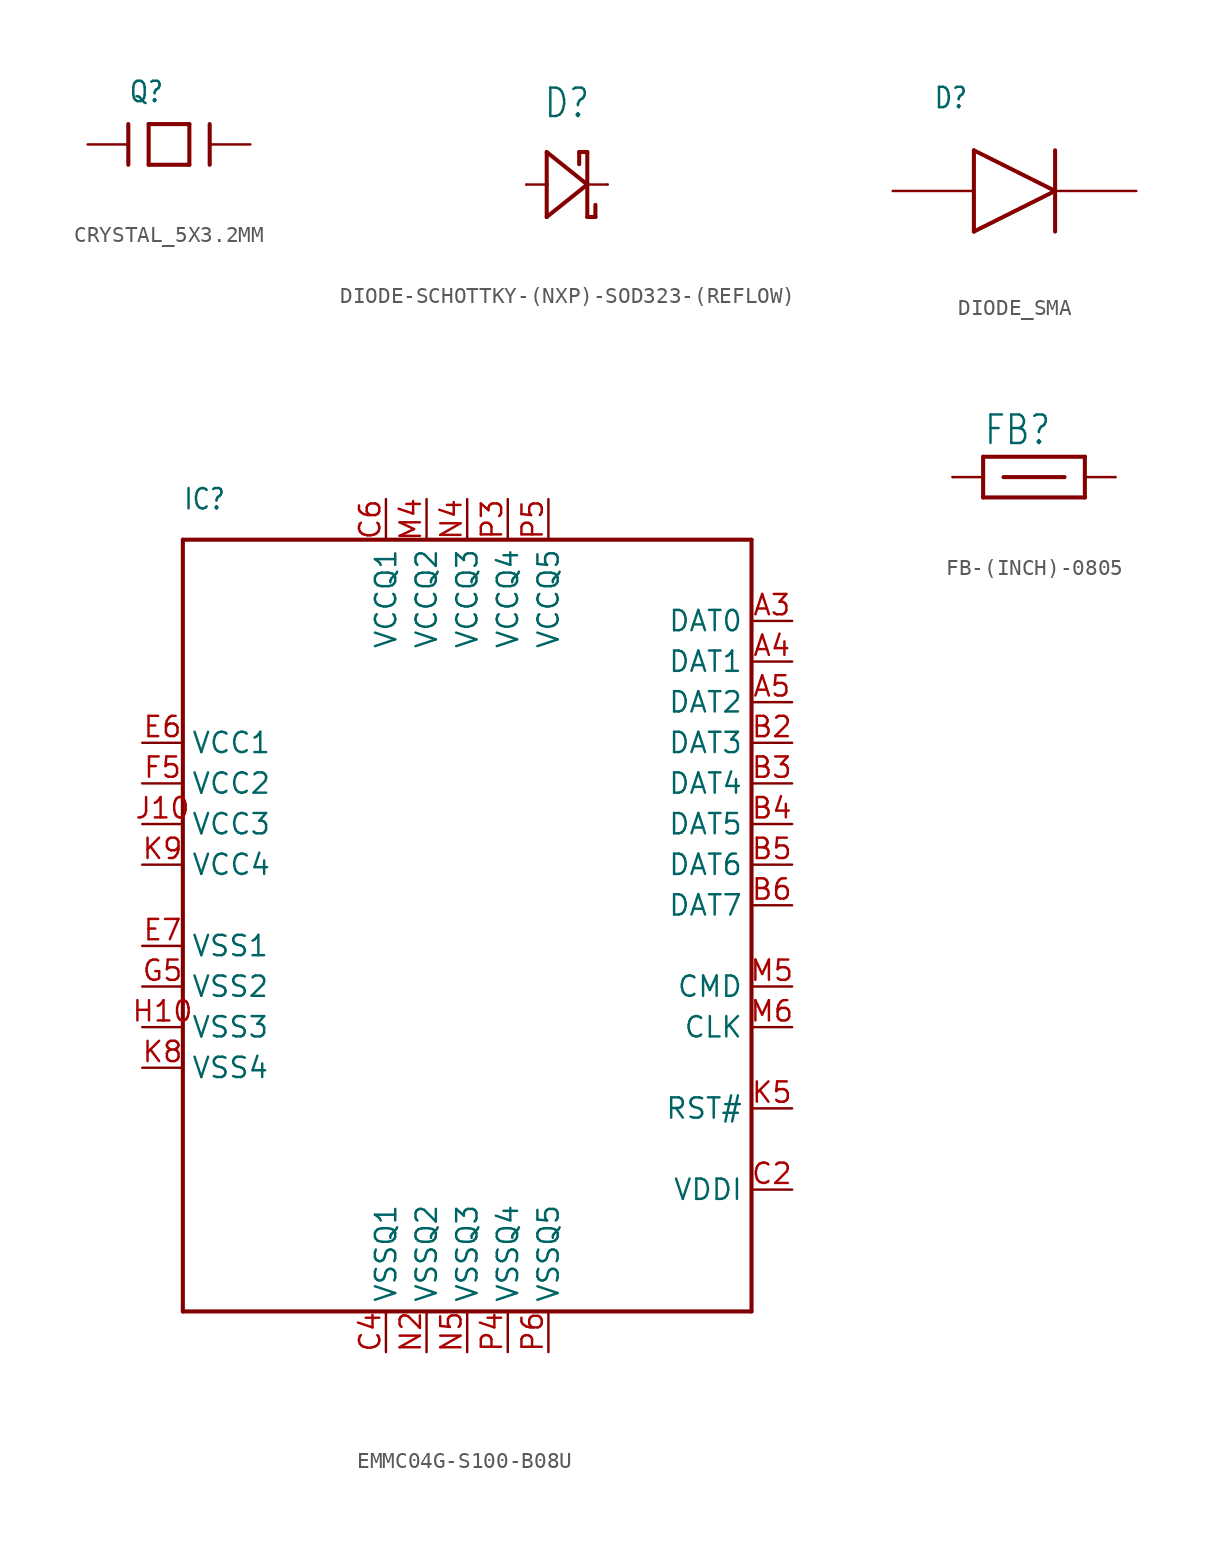
<source format=kicad_sym>
(kicad_symbol_lib
  (version 20231120)
  (generator "kicad_symbol_editor")
  (generator_version "8.0")
  (symbol "CRYSTAL_5X3.2MM"
    (property "Reference" "Q"
      (at -2.54 2.54 0)
      (effects (font (size 1.27 1.079)) (justify left bottom)))
    (property "Value" ""
      (at -2.54 -3.81 0)
      (effects (font (size 1.27 1.079)) (justify left bottom)))
    (property "ki_locked" ""
      (at 0 0 0)
      (effects (font (size 1.27 1.27))))
    (symbol "CRYSTAL_5X3.2MM_1_0"
      (polyline (pts (xy -2.54 1.27) (xy -2.54 -1.27)) (stroke (width 0.254) (type solid)) (fill (type none)))
      (polyline (pts (xy -1.27 -1.27) (xy 1.27 -1.27)) (stroke (width 0.254) (type solid)) (fill (type none)))
      (polyline (pts (xy -1.27 1.27) (xy -1.27 -1.27)) (stroke (width 0.254) (type solid)) (fill (type none)))
      (polyline (pts (xy 1.27 -1.27) (xy 1.27 1.27)) (stroke (width 0.254) (type solid)) (fill (type none)))
      (polyline (pts (xy 1.27 1.27) (xy -1.27 1.27)) (stroke (width 0.254) (type solid)) (fill (type none)))
      (polyline (pts (xy 2.54 1.27) (xy 2.54 -1.27)) (stroke (width 0.254) (type solid)) (fill (type none)))
      (pin passive line (at -5.08 0 0) (length 2.54) (name "P$1" (effects (font (size 0 0)))) (number "1" (effects (font (size 0 0)))))
      (pin passive line (at 5.08 0 180) (length 2.54) (name "P$2" (effects (font (size 0 0)))) (number "2" (effects (font (size 0 0)))))))
  (symbol "DIODE-SCHOTTKY-(NXP)-SOD323-(REFLOW)"
    (property "Reference" "D"
      (at 0 4.064 0)
      (effects (font (size 1.778 1.511)) (justify bottom)))
    (property "Value" ""
      (at 0 -4.318 0)
      (effects (font (size 1.778 1.511)) (justify top)))
    (property "ki_locked" ""
      (at 0 0 0)
      (effects (font (size 1.27 1.27))))
    (symbol "DIODE-SCHOTTKY-(NXP)-SOD323-(REFLOW)_1_0"
      (polyline (pts (xy -1.27 -2.032) (xy 1.27 0)) (stroke (width 0.254) (type solid)) (fill (type none)))
      (polyline (pts (xy -1.27 0) (xy -2.54 0)) (stroke (width 0.152) (type solid)) (fill (type none)))
      (polyline (pts (xy -1.27 0) (xy -1.27 -2.032)) (stroke (width 0.254) (type solid)) (fill (type none)))
      (polyline (pts (xy -1.27 2.032) (xy -1.27 0)) (stroke (width 0.254) (type solid)) (fill (type none)))
      (polyline (pts (xy 0.762 2.032) (xy 0.762 1.27)) (stroke (width 0.254) (type solid)) (fill (type none)))
      (polyline (pts (xy 1.27 -2.032) (xy 1.778 -2.032)) (stroke (width 0.254) (type solid)) (fill (type none)))
      (polyline (pts (xy 1.27 0) (xy -1.27 2.032)) (stroke (width 0.254) (type solid)) (fill (type none)))
      (polyline (pts (xy 1.27 0) (xy 1.27 -2.032)) (stroke (width 0.254) (type solid)) (fill (type none)))
      (polyline (pts (xy 1.27 0) (xy 1.27 2.032)) (stroke (width 0.254) (type solid)) (fill (type none)))
      (polyline (pts (xy 1.27 2.032) (xy 0.762 2.032)) (stroke (width 0.254) (type solid)) (fill (type none)))
      (polyline (pts (xy 1.778 -2.032) (xy 1.778 -1.27)) (stroke (width 0.254) (type solid)) (fill (type none)))
      (polyline (pts (xy 2.54 0) (xy 1.27 0)) (stroke (width 0.152) (type solid)) (fill (type none)))
      (pin bidirectional line (at -2.54 0 0) (length 0) (name "ANODE" (effects (font (size 0 0)))) (number "A" (effects (font (size 0 0)))))
      (pin bidirectional line (at 2.54 0 180) (length 0) (name "CATHODE" (effects (font (size 0 0)))) (number "C" (effects (font (size 0 0)))))))
  (symbol "DIODE_SMA"
    (property "Reference" "D"
      (at -5.08 5.08 0)
      (effects (font (size 1.27 1.079)) (justify left bottom)))
    (property "Value" ""
      (at -5.08 -5.08 0)
      (effects (font (size 1.27 1.079)) (justify left bottom)))
    (property "ki_locked" ""
      (at 0 0 0)
      (effects (font (size 1.27 1.27))))
    (symbol "DIODE_SMA_1_0"
      (polyline (pts (xy -2.54 -2.54) (xy 2.54 0)) (stroke (width 0.254) (type solid)) (fill (type none)))
      (polyline (pts (xy -2.54 2.54) (xy -2.54 -2.54)) (stroke (width 0.254) (type solid)) (fill (type none)))
      (polyline (pts (xy 2.54 0) (xy -2.54 2.54)) (stroke (width 0.254) (type solid)) (fill (type none)))
      (polyline (pts (xy 2.54 0) (xy 2.54 -2.54)) (stroke (width 0.254) (type solid)) (fill (type none)))
      (polyline (pts (xy 2.54 2.54) (xy 2.54 0)) (stroke (width 0.254) (type solid)) (fill (type none)))
      (pin bidirectional line (at -7.62 0 0) (length 5.08) (name "A" (effects (font (size 0 0)))) (number "A" (effects (font (size 0 0)))))
      (pin bidirectional line (at 7.62 0 180) (length 5.08) (name "K" (effects (font (size 0 0)))) (number "K" (effects (font (size 0 0)))))))
  (symbol "EMMC04G-S100-B08U"
    (property "Reference" "IC"
      (at -17.78 25.4 0)
      (effects (font (size 1.27 1.079)) (justify left)))
    (property "Value" ""
      (at -15.24 0 0)
      (effects (font (size 1.27 1.079)) (justify left)))
    (property "ki_locked" ""
      (at 0 0 0)
      (effects (font (size 1.27 1.27))))
    (symbol "EMMC04G-S100-B08U_1_0"
      (polyline (pts (xy -17.78 -25.4) (xy -17.78 22.86)) (stroke (width 0.254) (type solid)) (fill (type none)))
      (polyline (pts (xy -17.78 22.86) (xy 17.78 22.86)) (stroke (width 0.254) (type solid)) (fill (type none)))
      (polyline (pts (xy 17.78 -25.4) (xy -17.78 -25.4)) (stroke (width 0.254) (type solid)) (fill (type none)))
      (polyline (pts (xy 17.78 22.86) (xy 17.78 -25.4)) (stroke (width 0.254) (type solid)) (fill (type none)))
      (pin bidirectional line (at 20.32 17.78 180) (length 2.54) (name "DAT0" (effects (font (size 1.27 1.27)))) (number "A3" (effects (font (size 1.27 1.27)))))
      (pin bidirectional line (at 20.32 15.24 180) (length 2.54) (name "DAT1" (effects (font (size 1.27 1.27)))) (number "A4" (effects (font (size 1.27 1.27)))))
      (pin bidirectional line (at 20.32 12.7 180) (length 2.54) (name "DAT2" (effects (font (size 1.27 1.27)))) (number "A5" (effects (font (size 1.27 1.27)))))
      (pin bidirectional line (at 20.32 10.16 180) (length 2.54) (name "DAT3" (effects (font (size 1.27 1.27)))) (number "B2" (effects (font (size 1.27 1.27)))))
      (pin bidirectional line (at 20.32 7.62 180) (length 2.54) (name "DAT4" (effects (font (size 1.27 1.27)))) (number "B3" (effects (font (size 1.27 1.27)))))
      (pin bidirectional line (at 20.32 5.08 180) (length 2.54) (name "DAT5" (effects (font (size 1.27 1.27)))) (number "B4" (effects (font (size 1.27 1.27)))))
      (pin bidirectional line (at 20.32 2.54 180) (length 2.54) (name "DAT6" (effects (font (size 1.27 1.27)))) (number "B5" (effects (font (size 1.27 1.27)))))
      (pin bidirectional line (at 20.32 0 180) (length 2.54) (name "DAT7" (effects (font (size 1.27 1.27)))) (number "B6" (effects (font (size 1.27 1.27)))))
      (pin bidirectional line (at 20.32 -17.78 180) (length 2.54) (name "VDDI" (effects (font (size 1.27 1.27)))) (number "C2" (effects (font (size 1.27 1.27)))))
      (pin bidirectional line (at -5.08 -27.94 90) (length 2.54) (name "VSSQ1" (effects (font (size 1.27 1.27)))) (number "C4" (effects (font (size 1.27 1.27)))))
      (pin bidirectional line (at -5.08 25.4 270) (length 2.54) (name "VCCQ1" (effects (font (size 1.27 1.27)))) (number "C6" (effects (font (size 1.27 1.27)))))
      (pin bidirectional line (at -20.32 10.16 0) (length 2.54) (name "VCC1" (effects (font (size 1.27 1.27)))) (number "E6" (effects (font (size 1.27 1.27)))))
      (pin bidirectional line (at -20.32 -2.54 0) (length 2.54) (name "VSS1" (effects (font (size 1.27 1.27)))) (number "E7" (effects (font (size 1.27 1.27)))))
      (pin bidirectional line (at -20.32 7.62 0) (length 2.54) (name "VCC2" (effects (font (size 1.27 1.27)))) (number "F5" (effects (font (size 1.27 1.27)))))
      (pin bidirectional line (at -20.32 -5.08 0) (length 2.54) (name "VSS2" (effects (font (size 1.27 1.27)))) (number "G5" (effects (font (size 1.27 1.27)))))
      (pin bidirectional line (at -20.32 -7.62 0) (length 2.54) (name "VSS3" (effects (font (size 1.27 1.27)))) (number "H10" (effects (font (size 1.27 1.27)))))
      (pin bidirectional line (at -20.32 5.08 0) (length 2.54) (name "VCC3" (effects (font (size 1.27 1.27)))) (number "J10" (effects (font (size 1.27 1.27)))))
      (pin bidirectional line (at 20.32 -12.7 180) (length 2.54) (name "RST#" (effects (font (size 1.27 1.27)))) (number "K5" (effects (font (size 1.27 1.27)))))
      (pin bidirectional line (at -20.32 -10.16 0) (length 2.54) (name "VSS4" (effects (font (size 1.27 1.27)))) (number "K8" (effects (font (size 1.27 1.27)))))
      (pin bidirectional line (at -20.32 2.54 0) (length 2.54) (name "VCC4" (effects (font (size 1.27 1.27)))) (number "K9" (effects (font (size 1.27 1.27)))))
      (pin bidirectional line (at -2.54 25.4 270) (length 2.54) (name "VCCQ2" (effects (font (size 1.27 1.27)))) (number "M4" (effects (font (size 1.27 1.27)))))
      (pin bidirectional line (at 20.32 -5.08 180) (length 2.54) (name "CMD" (effects (font (size 1.27 1.27)))) (number "M5" (effects (font (size 1.27 1.27)))))
      (pin bidirectional line (at 20.32 -7.62 180) (length 2.54) (name "CLK" (effects (font (size 1.27 1.27)))) (number "M6" (effects (font (size 1.27 1.27)))))
      (pin bidirectional line (at -2.54 -27.94 90) (length 2.54) (name "VSSQ2" (effects (font (size 1.27 1.27)))) (number "N2" (effects (font (size 1.27 1.27)))))
      (pin bidirectional line (at 0 25.4 270) (length 2.54) (name "VCCQ3" (effects (font (size 1.27 1.27)))) (number "N4" (effects (font (size 1.27 1.27)))))
      (pin bidirectional line (at 0 -27.94 90) (length 2.54) (name "VSSQ3" (effects (font (size 1.27 1.27)))) (number "N5" (effects (font (size 1.27 1.27)))))
      (pin bidirectional line (at 2.54 25.4 270) (length 2.54) (name "VCCQ4" (effects (font (size 1.27 1.27)))) (number "P3" (effects (font (size 1.27 1.27)))))
      (pin bidirectional line (at 2.54 -27.94 90) (length 2.54) (name "VSSQ4" (effects (font (size 1.27 1.27)))) (number "P4" (effects (font (size 1.27 1.27)))))
      (pin bidirectional line (at 5.08 25.4 270) (length 2.54) (name "VCCQ5" (effects (font (size 1.27 1.27)))) (number "P5" (effects (font (size 1.27 1.27)))))
      (pin bidirectional line (at 5.08 -27.94 90) (length 2.54) (name "VSSQ5" (effects (font (size 1.27 1.27)))) (number "P6" (effects (font (size 1.27 1.27)))))))
  (symbol "FB-(INCH)-0805"
    (property "Reference" "FB"
      (at -3.175 1.905 0)
      (effects (font (size 1.778 1.511)) (justify left bottom)))
    (property "Value" ""
      (at -3.175 -3.81 0)
      (effects (font (size 1.778 1.511)) (justify left bottom)))
    (property "ki_locked" ""
      (at 0 0 0)
      (effects (font (size 1.27 1.27))))
    (symbol "FB-(INCH)-0805_1_0"
      (polyline (pts (xy -3.175 -1.27) (xy 3.175 -1.27)) (stroke (width 0.254) (type solid)) (fill (type none)))
      (polyline (pts (xy -3.175 0) (xy -5.08 0)) (stroke (width 0.152) (type solid)) (fill (type none)))
      (polyline (pts (xy -3.175 0) (xy -3.175 -1.27)) (stroke (width 0.254) (type solid)) (fill (type none)))
      (polyline (pts (xy -3.175 1.27) (xy -3.175 0)) (stroke (width 0.254) (type solid)) (fill (type none)))
      (polyline (pts (xy -1.905 0) (xy 1.905 0)) (stroke (width 0.254) (type solid)) (fill (type none)))
      (polyline (pts (xy 3.175 -1.27) (xy 3.175 0)) (stroke (width 0.254) (type solid)) (fill (type none)))
      (polyline (pts (xy 3.175 0) (xy 3.175 1.27)) (stroke (width 0.254) (type solid)) (fill (type none)))
      (polyline (pts (xy 3.175 0) (xy 5.08 0)) (stroke (width 0.152) (type solid)) (fill (type none)))
      (polyline (pts (xy 3.175 1.27) (xy -3.175 1.27)) (stroke (width 0.254) (type solid)) (fill (type none)))
      (pin bidirectional line (at -5.08 0 0) (length 0) (name "P$1" (effects (font (size 0 0)))) (number "1" (effects (font (size 0 0)))))
      (pin bidirectional line (at 5.08 0 180) (length 0) (name "P$2" (effects (font (size 0 0)))) (number "2" (effects (font (size 0 0))))))))
</source>
